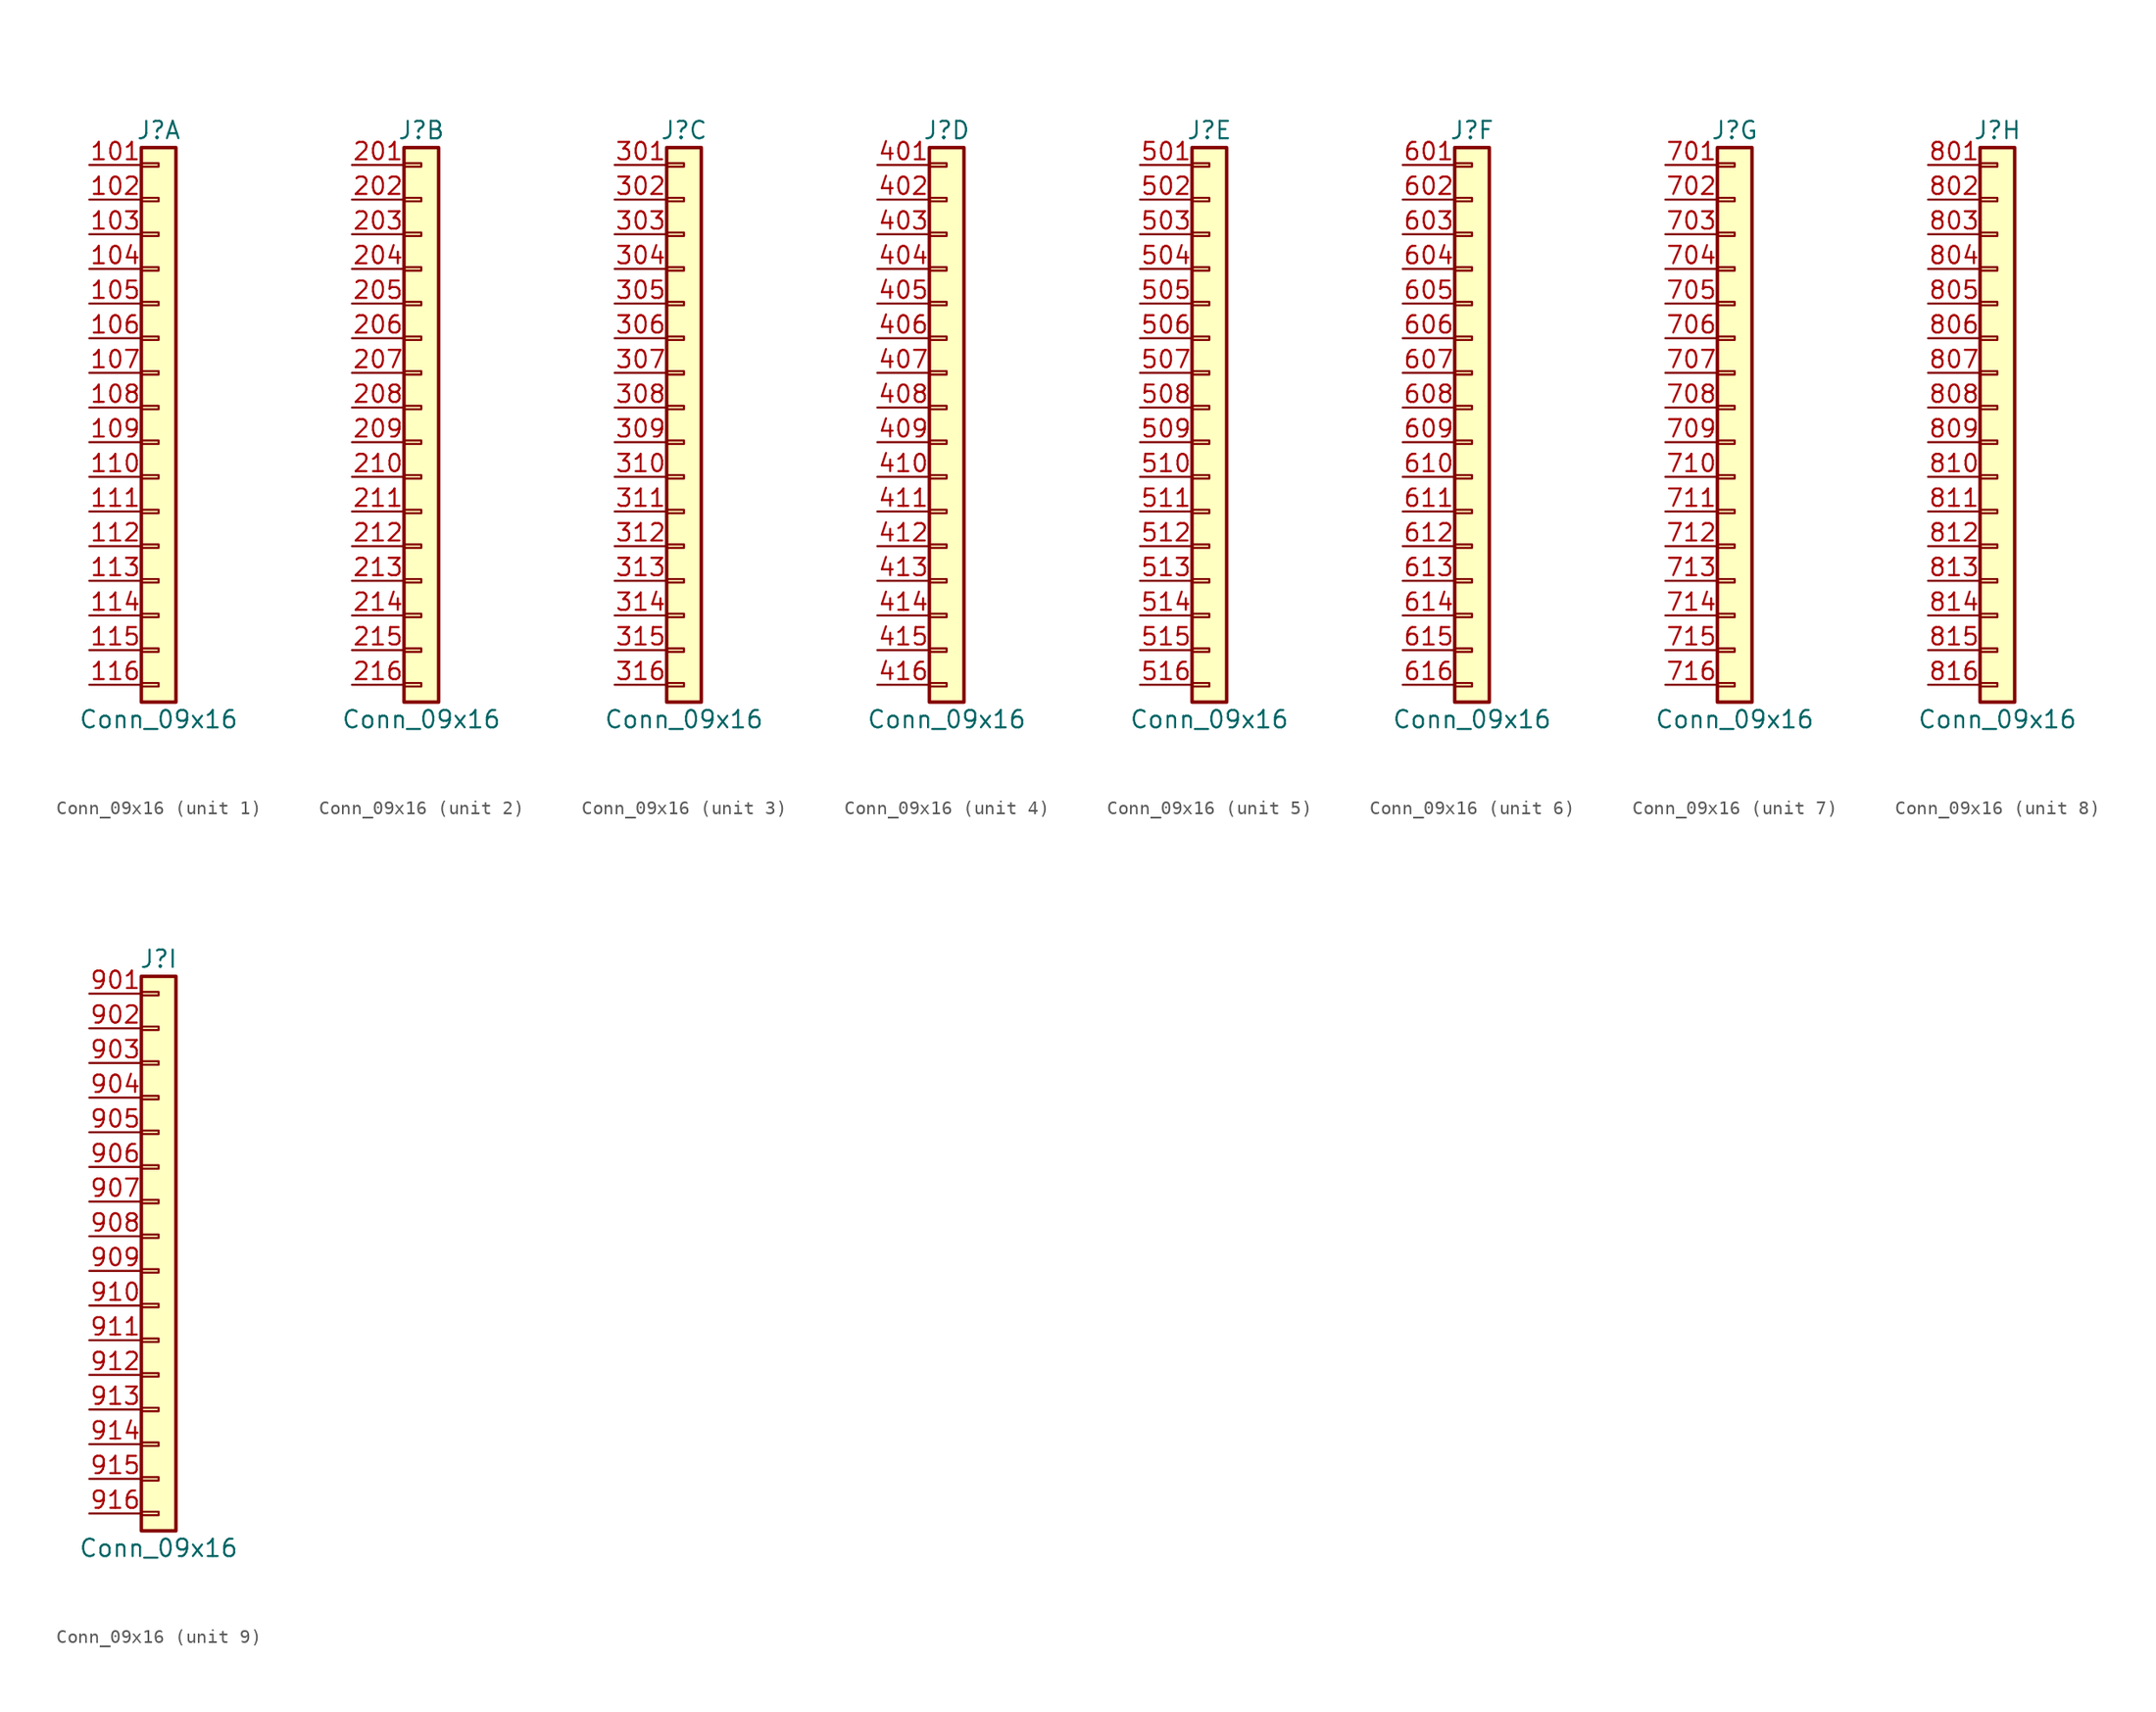
<source format=kicad_sym>
(kicad_symbol_lib
  (version 20211014)
  (generator kicad_symbol_editor)
  (symbol "Conn_09x16"
    (pin_names
      (offset 1.016) hide)
    (property "Reference" "J"
      (at 0 20.32 0)
      (effects (font (size 1.27 1.27))))
    (property "Value" "Conn_09x16"
      (at 0 -22.86 0)
      (effects (font (size 1.27 1.27))))
    (symbol "Conn_09x16_1_1"
      (rectangle (start -1.27 -20.193) (end 0 -20.447) (stroke (width 0.152) (type default) (color 0 0 0 0)) (fill (type none)))
      (rectangle (start -1.27 -17.653) (end 0 -17.907) (stroke (width 0.152) (type default) (color 0 0 0 0)) (fill (type none)))
      (rectangle (start -1.27 -15.113) (end 0 -15.367) (stroke (width 0.152) (type default) (color 0 0 0 0)) (fill (type none)))
      (rectangle (start -1.27 -12.573) (end 0 -12.827) (stroke (width 0.152) (type default) (color 0 0 0 0)) (fill (type none)))
      (rectangle (start -1.27 -10.033) (end 0 -10.287) (stroke (width 0.152) (type default) (color 0 0 0 0)) (fill (type none)))
      (rectangle (start -1.27 -7.493) (end 0 -7.747) (stroke (width 0.152) (type default) (color 0 0 0 0)) (fill (type none)))
      (rectangle (start -1.27 -4.953) (end 0 -5.207) (stroke (width 0.152) (type default) (color 0 0 0 0)) (fill (type none)))
      (rectangle (start -1.27 -2.413) (end 0 -2.667) (stroke (width 0.152) (type default) (color 0 0 0 0)) (fill (type none)))
      (rectangle (start -1.27 0.127) (end 0 -0.127) (stroke (width 0.152) (type default) (color 0 0 0 0)) (fill (type none)))
      (rectangle (start -1.27 2.667) (end 0 2.413) (stroke (width 0.152) (type default) (color 0 0 0 0)) (fill (type none)))
      (rectangle (start -1.27 5.207) (end 0 4.953) (stroke (width 0.152) (type default) (color 0 0 0 0)) (fill (type none)))
      (rectangle (start -1.27 7.747) (end 0 7.493) (stroke (width 0.152) (type default) (color 0 0 0 0)) (fill (type none)))
      (rectangle (start -1.27 10.287) (end 0 10.033) (stroke (width 0.152) (type default) (color 0 0 0 0)) (fill (type none)))
      (rectangle (start -1.27 12.827) (end 0 12.573) (stroke (width 0.152) (type default) (color 0 0 0 0)) (fill (type none)))
      (rectangle (start -1.27 15.367) (end 0 15.113) (stroke (width 0.152) (type default) (color 0 0 0 0)) (fill (type none)))
      (rectangle (start -1.27 17.907) (end 0 17.653) (stroke (width 0.152) (type default) (color 0 0 0 0)) (fill (type none)))
      (rectangle (start -1.27 19.05) (end 1.27 -21.59) (stroke (width 0.254) (type default) (color 0 0 0 0)) (fill (type background)))
      (pin passive line (at -5.08 17.78 0) (length 3.81) (name "Pin_101" (effects (font (size 1.27 1.27)))) (number "101" (effects (font (size 1.27 1.27)))))
      (pin passive line (at -5.08 15.24 0) (length 3.81) (name "Pin_102" (effects (font (size 1.27 1.27)))) (number "102" (effects (font (size 1.27 1.27)))))
      (pin passive line (at -5.08 12.7 0) (length 3.81) (name "Pin_103" (effects (font (size 1.27 1.27)))) (number "103" (effects (font (size 1.27 1.27)))))
      (pin passive line (at -5.08 10.16 0) (length 3.81) (name "Pin_104" (effects (font (size 1.27 1.27)))) (number "104" (effects (font (size 1.27 1.27)))))
      (pin passive line (at -5.08 7.62 0) (length 3.81) (name "Pin_105" (effects (font (size 1.27 1.27)))) (number "105" (effects (font (size 1.27 1.27)))))
      (pin passive line (at -5.08 5.08 0) (length 3.81) (name "Pin_106" (effects (font (size 1.27 1.27)))) (number "106" (effects (font (size 1.27 1.27)))))
      (pin passive line (at -5.08 2.54 0) (length 3.81) (name "Pin_107" (effects (font (size 1.27 1.27)))) (number "107" (effects (font (size 1.27 1.27)))))
      (pin passive line (at -5.08 0 0) (length 3.81) (name "Pin_108" (effects (font (size 1.27 1.27)))) (number "108" (effects (font (size 1.27 1.27)))))
      (pin passive line (at -5.08 -2.54 0) (length 3.81) (name "Pin_109" (effects (font (size 1.27 1.27)))) (number "109" (effects (font (size 1.27 1.27)))))
      (pin passive line (at -5.08 -5.08 0) (length 3.81) (name "Pin_110" (effects (font (size 1.27 1.27)))) (number "110" (effects (font (size 1.27 1.27)))))
      (pin passive line (at -5.08 -7.62 0) (length 3.81) (name "Pin_111" (effects (font (size 1.27 1.27)))) (number "111" (effects (font (size 1.27 1.27)))))
      (pin passive line (at -5.08 -10.16 0) (length 3.81) (name "Pin_112" (effects (font (size 1.27 1.27)))) (number "112" (effects (font (size 1.27 1.27)))))
      (pin passive line (at -5.08 -12.7 0) (length 3.81) (name "Pin_113" (effects (font (size 1.27 1.27)))) (number "113" (effects (font (size 1.27 1.27)))))
      (pin passive line (at -5.08 -15.24 0) (length 3.81) (name "Pin_114" (effects (font (size 1.27 1.27)))) (number "114" (effects (font (size 1.27 1.27)))))
      (pin passive line (at -5.08 -17.78 0) (length 3.81) (name "Pin_115" (effects (font (size 1.27 1.27)))) (number "115" (effects (font (size 1.27 1.27)))))
      (pin passive line (at -5.08 -20.32 0) (length 3.81) (name "Pin_116" (effects (font (size 1.27 1.27)))) (number "116" (effects (font (size 1.27 1.27))))))
    (symbol "Conn_09x16_2_1"
      (rectangle (start -1.27 -20.193) (end 0 -20.447) (stroke (width 0.152) (type default) (color 0 0 0 0)) (fill (type none)))
      (rectangle (start -1.27 -17.653) (end 0 -17.907) (stroke (width 0.152) (type default) (color 0 0 0 0)) (fill (type none)))
      (rectangle (start -1.27 -15.113) (end 0 -15.367) (stroke (width 0.152) (type default) (color 0 0 0 0)) (fill (type none)))
      (rectangle (start -1.27 -12.573) (end 0 -12.827) (stroke (width 0.152) (type default) (color 0 0 0 0)) (fill (type none)))
      (rectangle (start -1.27 -10.033) (end 0 -10.287) (stroke (width 0.152) (type default) (color 0 0 0 0)) (fill (type none)))
      (rectangle (start -1.27 -7.493) (end 0 -7.747) (stroke (width 0.152) (type default) (color 0 0 0 0)) (fill (type none)))
      (rectangle (start -1.27 -4.953) (end 0 -5.207) (stroke (width 0.152) (type default) (color 0 0 0 0)) (fill (type none)))
      (rectangle (start -1.27 -2.413) (end 0 -2.667) (stroke (width 0.152) (type default) (color 0 0 0 0)) (fill (type none)))
      (rectangle (start -1.27 0.127) (end 0 -0.127) (stroke (width 0.152) (type default) (color 0 0 0 0)) (fill (type none)))
      (rectangle (start -1.27 2.667) (end 0 2.413) (stroke (width 0.152) (type default) (color 0 0 0 0)) (fill (type none)))
      (rectangle (start -1.27 5.207) (end 0 4.953) (stroke (width 0.152) (type default) (color 0 0 0 0)) (fill (type none)))
      (rectangle (start -1.27 7.747) (end 0 7.493) (stroke (width 0.152) (type default) (color 0 0 0 0)) (fill (type none)))
      (rectangle (start -1.27 10.287) (end 0 10.033) (stroke (width 0.152) (type default) (color 0 0 0 0)) (fill (type none)))
      (rectangle (start -1.27 12.827) (end 0 12.573) (stroke (width 0.152) (type default) (color 0 0 0 0)) (fill (type none)))
      (rectangle (start -1.27 15.367) (end 0 15.113) (stroke (width 0.152) (type default) (color 0 0 0 0)) (fill (type none)))
      (rectangle (start -1.27 17.907) (end 0 17.653) (stroke (width 0.152) (type default) (color 0 0 0 0)) (fill (type none)))
      (rectangle (start -1.27 19.05) (end 1.27 -21.59) (stroke (width 0.254) (type default) (color 0 0 0 0)) (fill (type background)))
      (pin passive line (at -5.08 17.78 0) (length 3.81) (name "Pin_201" (effects (font (size 1.27 1.27)))) (number "201" (effects (font (size 1.27 1.27)))))
      (pin passive line (at -5.08 15.24 0) (length 3.81) (name "Pin_202" (effects (font (size 1.27 1.27)))) (number "202" (effects (font (size 1.27 1.27)))))
      (pin passive line (at -5.08 12.7 0) (length 3.81) (name "Pin_203" (effects (font (size 1.27 1.27)))) (number "203" (effects (font (size 1.27 1.27)))))
      (pin passive line (at -5.08 10.16 0) (length 3.81) (name "Pin_204" (effects (font (size 1.27 1.27)))) (number "204" (effects (font (size 1.27 1.27)))))
      (pin passive line (at -5.08 7.62 0) (length 3.81) (name "Pin_205" (effects (font (size 1.27 1.27)))) (number "205" (effects (font (size 1.27 1.27)))))
      (pin passive line (at -5.08 5.08 0) (length 3.81) (name "Pin_206" (effects (font (size 1.27 1.27)))) (number "206" (effects (font (size 1.27 1.27)))))
      (pin passive line (at -5.08 2.54 0) (length 3.81) (name "Pin_207" (effects (font (size 1.27 1.27)))) (number "207" (effects (font (size 1.27 1.27)))))
      (pin passive line (at -5.08 0 0) (length 3.81) (name "Pin_208" (effects (font (size 1.27 1.27)))) (number "208" (effects (font (size 1.27 1.27)))))
      (pin passive line (at -5.08 -2.54 0) (length 3.81) (name "Pin_209" (effects (font (size 1.27 1.27)))) (number "209" (effects (font (size 1.27 1.27)))))
      (pin passive line (at -5.08 -5.08 0) (length 3.81) (name "Pin_210" (effects (font (size 1.27 1.27)))) (number "210" (effects (font (size 1.27 1.27)))))
      (pin passive line (at -5.08 -7.62 0) (length 3.81) (name "Pin_211" (effects (font (size 1.27 1.27)))) (number "211" (effects (font (size 1.27 1.27)))))
      (pin passive line (at -5.08 -10.16 0) (length 3.81) (name "Pin_212" (effects (font (size 1.27 1.27)))) (number "212" (effects (font (size 1.27 1.27)))))
      (pin passive line (at -5.08 -12.7 0) (length 3.81) (name "Pin_213" (effects (font (size 1.27 1.27)))) (number "213" (effects (font (size 1.27 1.27)))))
      (pin passive line (at -5.08 -15.24 0) (length 3.81) (name "Pin_214" (effects (font (size 1.27 1.27)))) (number "214" (effects (font (size 1.27 1.27)))))
      (pin passive line (at -5.08 -17.78 0) (length 3.81) (name "Pin_215" (effects (font (size 1.27 1.27)))) (number "215" (effects (font (size 1.27 1.27)))))
      (pin passive line (at -5.08 -20.32 0) (length 3.81) (name "Pin_216" (effects (font (size 1.27 1.27)))) (number "216" (effects (font (size 1.27 1.27))))))
    (symbol "Conn_09x16_3_1"
      (rectangle (start -1.27 -20.193) (end 0 -20.447) (stroke (width 0.152) (type default) (color 0 0 0 0)) (fill (type none)))
      (rectangle (start -1.27 -17.653) (end 0 -17.907) (stroke (width 0.152) (type default) (color 0 0 0 0)) (fill (type none)))
      (rectangle (start -1.27 -15.113) (end 0 -15.367) (stroke (width 0.152) (type default) (color 0 0 0 0)) (fill (type none)))
      (rectangle (start -1.27 -12.573) (end 0 -12.827) (stroke (width 0.152) (type default) (color 0 0 0 0)) (fill (type none)))
      (rectangle (start -1.27 -10.033) (end 0 -10.287) (stroke (width 0.152) (type default) (color 0 0 0 0)) (fill (type none)))
      (rectangle (start -1.27 -7.493) (end 0 -7.747) (stroke (width 0.152) (type default) (color 0 0 0 0)) (fill (type none)))
      (rectangle (start -1.27 -4.953) (end 0 -5.207) (stroke (width 0.152) (type default) (color 0 0 0 0)) (fill (type none)))
      (rectangle (start -1.27 -2.413) (end 0 -2.667) (stroke (width 0.152) (type default) (color 0 0 0 0)) (fill (type none)))
      (rectangle (start -1.27 0.127) (end 0 -0.127) (stroke (width 0.152) (type default) (color 0 0 0 0)) (fill (type none)))
      (rectangle (start -1.27 2.667) (end 0 2.413) (stroke (width 0.152) (type default) (color 0 0 0 0)) (fill (type none)))
      (rectangle (start -1.27 5.207) (end 0 4.953) (stroke (width 0.152) (type default) (color 0 0 0 0)) (fill (type none)))
      (rectangle (start -1.27 7.747) (end 0 7.493) (stroke (width 0.152) (type default) (color 0 0 0 0)) (fill (type none)))
      (rectangle (start -1.27 10.287) (end 0 10.033) (stroke (width 0.152) (type default) (color 0 0 0 0)) (fill (type none)))
      (rectangle (start -1.27 12.827) (end 0 12.573) (stroke (width 0.152) (type default) (color 0 0 0 0)) (fill (type none)))
      (rectangle (start -1.27 15.367) (end 0 15.113) (stroke (width 0.152) (type default) (color 0 0 0 0)) (fill (type none)))
      (rectangle (start -1.27 17.907) (end 0 17.653) (stroke (width 0.152) (type default) (color 0 0 0 0)) (fill (type none)))
      (rectangle (start -1.27 19.05) (end 1.27 -21.59) (stroke (width 0.254) (type default) (color 0 0 0 0)) (fill (type background)))
      (pin passive line (at -5.08 17.78 0) (length 3.81) (name "Pin_301" (effects (font (size 1.27 1.27)))) (number "301" (effects (font (size 1.27 1.27)))))
      (pin passive line (at -5.08 15.24 0) (length 3.81) (name "Pin_302" (effects (font (size 1.27 1.27)))) (number "302" (effects (font (size 1.27 1.27)))))
      (pin passive line (at -5.08 12.7 0) (length 3.81) (name "Pin_303" (effects (font (size 1.27 1.27)))) (number "303" (effects (font (size 1.27 1.27)))))
      (pin passive line (at -5.08 10.16 0) (length 3.81) (name "Pin_304" (effects (font (size 1.27 1.27)))) (number "304" (effects (font (size 1.27 1.27)))))
      (pin passive line (at -5.08 7.62 0) (length 3.81) (name "Pin_305" (effects (font (size 1.27 1.27)))) (number "305" (effects (font (size 1.27 1.27)))))
      (pin passive line (at -5.08 5.08 0) (length 3.81) (name "Pin_306" (effects (font (size 1.27 1.27)))) (number "306" (effects (font (size 1.27 1.27)))))
      (pin passive line (at -5.08 2.54 0) (length 3.81) (name "Pin_307" (effects (font (size 1.27 1.27)))) (number "307" (effects (font (size 1.27 1.27)))))
      (pin passive line (at -5.08 0 0) (length 3.81) (name "Pin_308" (effects (font (size 1.27 1.27)))) (number "308" (effects (font (size 1.27 1.27)))))
      (pin passive line (at -5.08 -2.54 0) (length 3.81) (name "Pin_309" (effects (font (size 1.27 1.27)))) (number "309" (effects (font (size 1.27 1.27)))))
      (pin passive line (at -5.08 -5.08 0) (length 3.81) (name "Pin_310" (effects (font (size 1.27 1.27)))) (number "310" (effects (font (size 1.27 1.27)))))
      (pin passive line (at -5.08 -7.62 0) (length 3.81) (name "Pin_311" (effects (font (size 1.27 1.27)))) (number "311" (effects (font (size 1.27 1.27)))))
      (pin passive line (at -5.08 -10.16 0) (length 3.81) (name "Pin_312" (effects (font (size 1.27 1.27)))) (number "312" (effects (font (size 1.27 1.27)))))
      (pin passive line (at -5.08 -12.7 0) (length 3.81) (name "Pin_313" (effects (font (size 1.27 1.27)))) (number "313" (effects (font (size 1.27 1.27)))))
      (pin passive line (at -5.08 -15.24 0) (length 3.81) (name "Pin_314" (effects (font (size 1.27 1.27)))) (number "314" (effects (font (size 1.27 1.27)))))
      (pin passive line (at -5.08 -17.78 0) (length 3.81) (name "Pin_315" (effects (font (size 1.27 1.27)))) (number "315" (effects (font (size 1.27 1.27)))))
      (pin passive line (at -5.08 -20.32 0) (length 3.81) (name "Pin_316" (effects (font (size 1.27 1.27)))) (number "316" (effects (font (size 1.27 1.27))))))
    (symbol "Conn_09x16_4_1"
      (rectangle (start -1.27 -20.193) (end 0 -20.447) (stroke (width 0.152) (type default) (color 0 0 0 0)) (fill (type none)))
      (rectangle (start -1.27 -17.653) (end 0 -17.907) (stroke (width 0.152) (type default) (color 0 0 0 0)) (fill (type none)))
      (rectangle (start -1.27 -15.113) (end 0 -15.367) (stroke (width 0.152) (type default) (color 0 0 0 0)) (fill (type none)))
      (rectangle (start -1.27 -12.573) (end 0 -12.827) (stroke (width 0.152) (type default) (color 0 0 0 0)) (fill (type none)))
      (rectangle (start -1.27 -10.033) (end 0 -10.287) (stroke (width 0.152) (type default) (color 0 0 0 0)) (fill (type none)))
      (rectangle (start -1.27 -7.493) (end 0 -7.747) (stroke (width 0.152) (type default) (color 0 0 0 0)) (fill (type none)))
      (rectangle (start -1.27 -4.953) (end 0 -5.207) (stroke (width 0.152) (type default) (color 0 0 0 0)) (fill (type none)))
      (rectangle (start -1.27 -2.413) (end 0 -2.667) (stroke (width 0.152) (type default) (color 0 0 0 0)) (fill (type none)))
      (rectangle (start -1.27 0.127) (end 0 -0.127) (stroke (width 0.152) (type default) (color 0 0 0 0)) (fill (type none)))
      (rectangle (start -1.27 2.667) (end 0 2.413) (stroke (width 0.152) (type default) (color 0 0 0 0)) (fill (type none)))
      (rectangle (start -1.27 5.207) (end 0 4.953) (stroke (width 0.152) (type default) (color 0 0 0 0)) (fill (type none)))
      (rectangle (start -1.27 7.747) (end 0 7.493) (stroke (width 0.152) (type default) (color 0 0 0 0)) (fill (type none)))
      (rectangle (start -1.27 10.287) (end 0 10.033) (stroke (width 0.152) (type default) (color 0 0 0 0)) (fill (type none)))
      (rectangle (start -1.27 12.827) (end 0 12.573) (stroke (width 0.152) (type default) (color 0 0 0 0)) (fill (type none)))
      (rectangle (start -1.27 15.367) (end 0 15.113) (stroke (width 0.152) (type default) (color 0 0 0 0)) (fill (type none)))
      (rectangle (start -1.27 17.907) (end 0 17.653) (stroke (width 0.152) (type default) (color 0 0 0 0)) (fill (type none)))
      (rectangle (start -1.27 19.05) (end 1.27 -21.59) (stroke (width 0.254) (type default) (color 0 0 0 0)) (fill (type background)))
      (pin passive line (at -5.08 17.78 0) (length 3.81) (name "Pin_401" (effects (font (size 1.27 1.27)))) (number "401" (effects (font (size 1.27 1.27)))))
      (pin passive line (at -5.08 15.24 0) (length 3.81) (name "Pin_402" (effects (font (size 1.27 1.27)))) (number "402" (effects (font (size 1.27 1.27)))))
      (pin passive line (at -5.08 12.7 0) (length 3.81) (name "Pin_403" (effects (font (size 1.27 1.27)))) (number "403" (effects (font (size 1.27 1.27)))))
      (pin passive line (at -5.08 10.16 0) (length 3.81) (name "Pin_404" (effects (font (size 1.27 1.27)))) (number "404" (effects (font (size 1.27 1.27)))))
      (pin passive line (at -5.08 7.62 0) (length 3.81) (name "Pin_405" (effects (font (size 1.27 1.27)))) (number "405" (effects (font (size 1.27 1.27)))))
      (pin passive line (at -5.08 5.08 0) (length 3.81) (name "Pin_406" (effects (font (size 1.27 1.27)))) (number "406" (effects (font (size 1.27 1.27)))))
      (pin passive line (at -5.08 2.54 0) (length 3.81) (name "Pin_407" (effects (font (size 1.27 1.27)))) (number "407" (effects (font (size 1.27 1.27)))))
      (pin passive line (at -5.08 0 0) (length 3.81) (name "Pin_408" (effects (font (size 1.27 1.27)))) (number "408" (effects (font (size 1.27 1.27)))))
      (pin passive line (at -5.08 -2.54 0) (length 3.81) (name "Pin_409" (effects (font (size 1.27 1.27)))) (number "409" (effects (font (size 1.27 1.27)))))
      (pin passive line (at -5.08 -5.08 0) (length 3.81) (name "Pin_410" (effects (font (size 1.27 1.27)))) (number "410" (effects (font (size 1.27 1.27)))))
      (pin passive line (at -5.08 -7.62 0) (length 3.81) (name "Pin_411" (effects (font (size 1.27 1.27)))) (number "411" (effects (font (size 1.27 1.27)))))
      (pin passive line (at -5.08 -10.16 0) (length 3.81) (name "Pin_412" (effects (font (size 1.27 1.27)))) (number "412" (effects (font (size 1.27 1.27)))))
      (pin passive line (at -5.08 -12.7 0) (length 3.81) (name "Pin_413" (effects (font (size 1.27 1.27)))) (number "413" (effects (font (size 1.27 1.27)))))
      (pin passive line (at -5.08 -15.24 0) (length 3.81) (name "Pin_414" (effects (font (size 1.27 1.27)))) (number "414" (effects (font (size 1.27 1.27)))))
      (pin passive line (at -5.08 -17.78 0) (length 3.81) (name "Pin_415" (effects (font (size 1.27 1.27)))) (number "415" (effects (font (size 1.27 1.27)))))
      (pin passive line (at -5.08 -20.32 0) (length 3.81) (name "Pin_416" (effects (font (size 1.27 1.27)))) (number "416" (effects (font (size 1.27 1.27))))))
    (symbol "Conn_09x16_5_1"
      (rectangle (start -1.27 -20.193) (end 0 -20.447) (stroke (width 0.152) (type default) (color 0 0 0 0)) (fill (type none)))
      (rectangle (start -1.27 -17.653) (end 0 -17.907) (stroke (width 0.152) (type default) (color 0 0 0 0)) (fill (type none)))
      (rectangle (start -1.27 -15.113) (end 0 -15.367) (stroke (width 0.152) (type default) (color 0 0 0 0)) (fill (type none)))
      (rectangle (start -1.27 -12.573) (end 0 -12.827) (stroke (width 0.152) (type default) (color 0 0 0 0)) (fill (type none)))
      (rectangle (start -1.27 -10.033) (end 0 -10.287) (stroke (width 0.152) (type default) (color 0 0 0 0)) (fill (type none)))
      (rectangle (start -1.27 -7.493) (end 0 -7.747) (stroke (width 0.152) (type default) (color 0 0 0 0)) (fill (type none)))
      (rectangle (start -1.27 -4.953) (end 0 -5.207) (stroke (width 0.152) (type default) (color 0 0 0 0)) (fill (type none)))
      (rectangle (start -1.27 -2.413) (end 0 -2.667) (stroke (width 0.152) (type default) (color 0 0 0 0)) (fill (type none)))
      (rectangle (start -1.27 0.127) (end 0 -0.127) (stroke (width 0.152) (type default) (color 0 0 0 0)) (fill (type none)))
      (rectangle (start -1.27 2.667) (end 0 2.413) (stroke (width 0.152) (type default) (color 0 0 0 0)) (fill (type none)))
      (rectangle (start -1.27 5.207) (end 0 4.953) (stroke (width 0.152) (type default) (color 0 0 0 0)) (fill (type none)))
      (rectangle (start -1.27 7.747) (end 0 7.493) (stroke (width 0.152) (type default) (color 0 0 0 0)) (fill (type none)))
      (rectangle (start -1.27 10.287) (end 0 10.033) (stroke (width 0.152) (type default) (color 0 0 0 0)) (fill (type none)))
      (rectangle (start -1.27 12.827) (end 0 12.573) (stroke (width 0.152) (type default) (color 0 0 0 0)) (fill (type none)))
      (rectangle (start -1.27 15.367) (end 0 15.113) (stroke (width 0.152) (type default) (color 0 0 0 0)) (fill (type none)))
      (rectangle (start -1.27 17.907) (end 0 17.653) (stroke (width 0.152) (type default) (color 0 0 0 0)) (fill (type none)))
      (rectangle (start -1.27 19.05) (end 1.27 -21.59) (stroke (width 0.254) (type default) (color 0 0 0 0)) (fill (type background)))
      (pin passive line (at -5.08 17.78 0) (length 3.81) (name "Pin_501" (effects (font (size 1.27 1.27)))) (number "501" (effects (font (size 1.27 1.27)))))
      (pin passive line (at -5.08 15.24 0) (length 3.81) (name "Pin_502" (effects (font (size 1.27 1.27)))) (number "502" (effects (font (size 1.27 1.27)))))
      (pin passive line (at -5.08 12.7 0) (length 3.81) (name "Pin_503" (effects (font (size 1.27 1.27)))) (number "503" (effects (font (size 1.27 1.27)))))
      (pin passive line (at -5.08 10.16 0) (length 3.81) (name "Pin_504" (effects (font (size 1.27 1.27)))) (number "504" (effects (font (size 1.27 1.27)))))
      (pin passive line (at -5.08 7.62 0) (length 3.81) (name "Pin_505" (effects (font (size 1.27 1.27)))) (number "505" (effects (font (size 1.27 1.27)))))
      (pin passive line (at -5.08 5.08 0) (length 3.81) (name "Pin_506" (effects (font (size 1.27 1.27)))) (number "506" (effects (font (size 1.27 1.27)))))
      (pin passive line (at -5.08 2.54 0) (length 3.81) (name "Pin_507" (effects (font (size 1.27 1.27)))) (number "507" (effects (font (size 1.27 1.27)))))
      (pin passive line (at -5.08 0 0) (length 3.81) (name "Pin_508" (effects (font (size 1.27 1.27)))) (number "508" (effects (font (size 1.27 1.27)))))
      (pin passive line (at -5.08 -2.54 0) (length 3.81) (name "Pin_509" (effects (font (size 1.27 1.27)))) (number "509" (effects (font (size 1.27 1.27)))))
      (pin passive line (at -5.08 -5.08 0) (length 3.81) (name "Pin_510" (effects (font (size 1.27 1.27)))) (number "510" (effects (font (size 1.27 1.27)))))
      (pin passive line (at -5.08 -7.62 0) (length 3.81) (name "Pin_511" (effects (font (size 1.27 1.27)))) (number "511" (effects (font (size 1.27 1.27)))))
      (pin passive line (at -5.08 -10.16 0) (length 3.81) (name "Pin_512" (effects (font (size 1.27 1.27)))) (number "512" (effects (font (size 1.27 1.27)))))
      (pin passive line (at -5.08 -12.7 0) (length 3.81) (name "Pin_513" (effects (font (size 1.27 1.27)))) (number "513" (effects (font (size 1.27 1.27)))))
      (pin passive line (at -5.08 -15.24 0) (length 3.81) (name "Pin_514" (effects (font (size 1.27 1.27)))) (number "514" (effects (font (size 1.27 1.27)))))
      (pin passive line (at -5.08 -17.78 0) (length 3.81) (name "Pin_515" (effects (font (size 1.27 1.27)))) (number "515" (effects (font (size 1.27 1.27)))))
      (pin passive line (at -5.08 -20.32 0) (length 3.81) (name "Pin_516" (effects (font (size 1.27 1.27)))) (number "516" (effects (font (size 1.27 1.27))))))
    (symbol "Conn_09x16_6_1"
      (rectangle (start -1.27 -20.193) (end 0 -20.447) (stroke (width 0.152) (type default) (color 0 0 0 0)) (fill (type none)))
      (rectangle (start -1.27 -17.653) (end 0 -17.907) (stroke (width 0.152) (type default) (color 0 0 0 0)) (fill (type none)))
      (rectangle (start -1.27 -15.113) (end 0 -15.367) (stroke (width 0.152) (type default) (color 0 0 0 0)) (fill (type none)))
      (rectangle (start -1.27 -12.573) (end 0 -12.827) (stroke (width 0.152) (type default) (color 0 0 0 0)) (fill (type none)))
      (rectangle (start -1.27 -10.033) (end 0 -10.287) (stroke (width 0.152) (type default) (color 0 0 0 0)) (fill (type none)))
      (rectangle (start -1.27 -7.493) (end 0 -7.747) (stroke (width 0.152) (type default) (color 0 0 0 0)) (fill (type none)))
      (rectangle (start -1.27 -4.953) (end 0 -5.207) (stroke (width 0.152) (type default) (color 0 0 0 0)) (fill (type none)))
      (rectangle (start -1.27 -2.413) (end 0 -2.667) (stroke (width 0.152) (type default) (color 0 0 0 0)) (fill (type none)))
      (rectangle (start -1.27 0.127) (end 0 -0.127) (stroke (width 0.152) (type default) (color 0 0 0 0)) (fill (type none)))
      (rectangle (start -1.27 2.667) (end 0 2.413) (stroke (width 0.152) (type default) (color 0 0 0 0)) (fill (type none)))
      (rectangle (start -1.27 5.207) (end 0 4.953) (stroke (width 0.152) (type default) (color 0 0 0 0)) (fill (type none)))
      (rectangle (start -1.27 7.747) (end 0 7.493) (stroke (width 0.152) (type default) (color 0 0 0 0)) (fill (type none)))
      (rectangle (start -1.27 10.287) (end 0 10.033) (stroke (width 0.152) (type default) (color 0 0 0 0)) (fill (type none)))
      (rectangle (start -1.27 12.827) (end 0 12.573) (stroke (width 0.152) (type default) (color 0 0 0 0)) (fill (type none)))
      (rectangle (start -1.27 15.367) (end 0 15.113) (stroke (width 0.152) (type default) (color 0 0 0 0)) (fill (type none)))
      (rectangle (start -1.27 17.907) (end 0 17.653) (stroke (width 0.152) (type default) (color 0 0 0 0)) (fill (type none)))
      (rectangle (start -1.27 19.05) (end 1.27 -21.59) (stroke (width 0.254) (type default) (color 0 0 0 0)) (fill (type background)))
      (pin passive line (at -5.08 17.78 0) (length 3.81) (name "Pin_601" (effects (font (size 1.27 1.27)))) (number "601" (effects (font (size 1.27 1.27)))))
      (pin passive line (at -5.08 15.24 0) (length 3.81) (name "Pin_602" (effects (font (size 1.27 1.27)))) (number "602" (effects (font (size 1.27 1.27)))))
      (pin passive line (at -5.08 12.7 0) (length 3.81) (name "Pin_603" (effects (font (size 1.27 1.27)))) (number "603" (effects (font (size 1.27 1.27)))))
      (pin passive line (at -5.08 10.16 0) (length 3.81) (name "Pin_604" (effects (font (size 1.27 1.27)))) (number "604" (effects (font (size 1.27 1.27)))))
      (pin passive line (at -5.08 7.62 0) (length 3.81) (name "Pin_605" (effects (font (size 1.27 1.27)))) (number "605" (effects (font (size 1.27 1.27)))))
      (pin passive line (at -5.08 5.08 0) (length 3.81) (name "Pin_606" (effects (font (size 1.27 1.27)))) (number "606" (effects (font (size 1.27 1.27)))))
      (pin passive line (at -5.08 2.54 0) (length 3.81) (name "Pin_607" (effects (font (size 1.27 1.27)))) (number "607" (effects (font (size 1.27 1.27)))))
      (pin passive line (at -5.08 0 0) (length 3.81) (name "Pin_608" (effects (font (size 1.27 1.27)))) (number "608" (effects (font (size 1.27 1.27)))))
      (pin passive line (at -5.08 -2.54 0) (length 3.81) (name "Pin_609" (effects (font (size 1.27 1.27)))) (number "609" (effects (font (size 1.27 1.27)))))
      (pin passive line (at -5.08 -5.08 0) (length 3.81) (name "Pin_610" (effects (font (size 1.27 1.27)))) (number "610" (effects (font (size 1.27 1.27)))))
      (pin passive line (at -5.08 -7.62 0) (length 3.81) (name "Pin_611" (effects (font (size 1.27 1.27)))) (number "611" (effects (font (size 1.27 1.27)))))
      (pin passive line (at -5.08 -10.16 0) (length 3.81) (name "Pin_612" (effects (font (size 1.27 1.27)))) (number "612" (effects (font (size 1.27 1.27)))))
      (pin passive line (at -5.08 -12.7 0) (length 3.81) (name "Pin_613" (effects (font (size 1.27 1.27)))) (number "613" (effects (font (size 1.27 1.27)))))
      (pin passive line (at -5.08 -15.24 0) (length 3.81) (name "Pin_614" (effects (font (size 1.27 1.27)))) (number "614" (effects (font (size 1.27 1.27)))))
      (pin passive line (at -5.08 -17.78 0) (length 3.81) (name "Pin_615" (effects (font (size 1.27 1.27)))) (number "615" (effects (font (size 1.27 1.27)))))
      (pin passive line (at -5.08 -20.32 0) (length 3.81) (name "Pin_616" (effects (font (size 1.27 1.27)))) (number "616" (effects (font (size 1.27 1.27))))))
    (symbol "Conn_09x16_7_1"
      (rectangle (start -1.27 -20.193) (end 0 -20.447) (stroke (width 0.152) (type default) (color 0 0 0 0)) (fill (type none)))
      (rectangle (start -1.27 -17.653) (end 0 -17.907) (stroke (width 0.152) (type default) (color 0 0 0 0)) (fill (type none)))
      (rectangle (start -1.27 -15.113) (end 0 -15.367) (stroke (width 0.152) (type default) (color 0 0 0 0)) (fill (type none)))
      (rectangle (start -1.27 -12.573) (end 0 -12.827) (stroke (width 0.152) (type default) (color 0 0 0 0)) (fill (type none)))
      (rectangle (start -1.27 -10.033) (end 0 -10.287) (stroke (width 0.152) (type default) (color 0 0 0 0)) (fill (type none)))
      (rectangle (start -1.27 -7.493) (end 0 -7.747) (stroke (width 0.152) (type default) (color 0 0 0 0)) (fill (type none)))
      (rectangle (start -1.27 -4.953) (end 0 -5.207) (stroke (width 0.152) (type default) (color 0 0 0 0)) (fill (type none)))
      (rectangle (start -1.27 -2.413) (end 0 -2.667) (stroke (width 0.152) (type default) (color 0 0 0 0)) (fill (type none)))
      (rectangle (start -1.27 0.127) (end 0 -0.127) (stroke (width 0.152) (type default) (color 0 0 0 0)) (fill (type none)))
      (rectangle (start -1.27 2.667) (end 0 2.413) (stroke (width 0.152) (type default) (color 0 0 0 0)) (fill (type none)))
      (rectangle (start -1.27 5.207) (end 0 4.953) (stroke (width 0.152) (type default) (color 0 0 0 0)) (fill (type none)))
      (rectangle (start -1.27 7.747) (end 0 7.493) (stroke (width 0.152) (type default) (color 0 0 0 0)) (fill (type none)))
      (rectangle (start -1.27 10.287) (end 0 10.033) (stroke (width 0.152) (type default) (color 0 0 0 0)) (fill (type none)))
      (rectangle (start -1.27 12.827) (end 0 12.573) (stroke (width 0.152) (type default) (color 0 0 0 0)) (fill (type none)))
      (rectangle (start -1.27 15.367) (end 0 15.113) (stroke (width 0.152) (type default) (color 0 0 0 0)) (fill (type none)))
      (rectangle (start -1.27 17.907) (end 0 17.653) (stroke (width 0.152) (type default) (color 0 0 0 0)) (fill (type none)))
      (rectangle (start -1.27 19.05) (end 1.27 -21.59) (stroke (width 0.254) (type default) (color 0 0 0 0)) (fill (type background)))
      (pin passive line (at -5.08 17.78 0) (length 3.81) (name "Pin_701" (effects (font (size 1.27 1.27)))) (number "701" (effects (font (size 1.27 1.27)))))
      (pin passive line (at -5.08 15.24 0) (length 3.81) (name "Pin_702" (effects (font (size 1.27 1.27)))) (number "702" (effects (font (size 1.27 1.27)))))
      (pin passive line (at -5.08 12.7 0) (length 3.81) (name "Pin_703" (effects (font (size 1.27 1.27)))) (number "703" (effects (font (size 1.27 1.27)))))
      (pin passive line (at -5.08 10.16 0) (length 3.81) (name "Pin_704" (effects (font (size 1.27 1.27)))) (number "704" (effects (font (size 1.27 1.27)))))
      (pin passive line (at -5.08 7.62 0) (length 3.81) (name "Pin_705" (effects (font (size 1.27 1.27)))) (number "705" (effects (font (size 1.27 1.27)))))
      (pin passive line (at -5.08 5.08 0) (length 3.81) (name "Pin_706" (effects (font (size 1.27 1.27)))) (number "706" (effects (font (size 1.27 1.27)))))
      (pin passive line (at -5.08 2.54 0) (length 3.81) (name "Pin_707" (effects (font (size 1.27 1.27)))) (number "707" (effects (font (size 1.27 1.27)))))
      (pin passive line (at -5.08 0 0) (length 3.81) (name "Pin_708" (effects (font (size 1.27 1.27)))) (number "708" (effects (font (size 1.27 1.27)))))
      (pin passive line (at -5.08 -2.54 0) (length 3.81) (name "Pin_709" (effects (font (size 1.27 1.27)))) (number "709" (effects (font (size 1.27 1.27)))))
      (pin passive line (at -5.08 -5.08 0) (length 3.81) (name "Pin_710" (effects (font (size 1.27 1.27)))) (number "710" (effects (font (size 1.27 1.27)))))
      (pin passive line (at -5.08 -7.62 0) (length 3.81) (name "Pin_711" (effects (font (size 1.27 1.27)))) (number "711" (effects (font (size 1.27 1.27)))))
      (pin passive line (at -5.08 -10.16 0) (length 3.81) (name "Pin_712" (effects (font (size 1.27 1.27)))) (number "712" (effects (font (size 1.27 1.27)))))
      (pin passive line (at -5.08 -12.7 0) (length 3.81) (name "Pin_713" (effects (font (size 1.27 1.27)))) (number "713" (effects (font (size 1.27 1.27)))))
      (pin passive line (at -5.08 -15.24 0) (length 3.81) (name "Pin_714" (effects (font (size 1.27 1.27)))) (number "714" (effects (font (size 1.27 1.27)))))
      (pin passive line (at -5.08 -17.78 0) (length 3.81) (name "Pin_715" (effects (font (size 1.27 1.27)))) (number "715" (effects (font (size 1.27 1.27)))))
      (pin passive line (at -5.08 -20.32 0) (length 3.81) (name "Pin_716" (effects (font (size 1.27 1.27)))) (number "716" (effects (font (size 1.27 1.27))))))
    (symbol "Conn_09x16_8_1"
      (rectangle (start -1.27 -20.193) (end 0 -20.447) (stroke (width 0.152) (type default) (color 0 0 0 0)) (fill (type none)))
      (rectangle (start -1.27 -17.653) (end 0 -17.907) (stroke (width 0.152) (type default) (color 0 0 0 0)) (fill (type none)))
      (rectangle (start -1.27 -15.113) (end 0 -15.367) (stroke (width 0.152) (type default) (color 0 0 0 0)) (fill (type none)))
      (rectangle (start -1.27 -12.573) (end 0 -12.827) (stroke (width 0.152) (type default) (color 0 0 0 0)) (fill (type none)))
      (rectangle (start -1.27 -10.033) (end 0 -10.287) (stroke (width 0.152) (type default) (color 0 0 0 0)) (fill (type none)))
      (rectangle (start -1.27 -7.493) (end 0 -7.747) (stroke (width 0.152) (type default) (color 0 0 0 0)) (fill (type none)))
      (rectangle (start -1.27 -4.953) (end 0 -5.207) (stroke (width 0.152) (type default) (color 0 0 0 0)) (fill (type none)))
      (rectangle (start -1.27 -2.413) (end 0 -2.667) (stroke (width 0.152) (type default) (color 0 0 0 0)) (fill (type none)))
      (rectangle (start -1.27 0.127) (end 0 -0.127) (stroke (width 0.152) (type default) (color 0 0 0 0)) (fill (type none)))
      (rectangle (start -1.27 2.667) (end 0 2.413) (stroke (width 0.152) (type default) (color 0 0 0 0)) (fill (type none)))
      (rectangle (start -1.27 5.207) (end 0 4.953) (stroke (width 0.152) (type default) (color 0 0 0 0)) (fill (type none)))
      (rectangle (start -1.27 7.747) (end 0 7.493) (stroke (width 0.152) (type default) (color 0 0 0 0)) (fill (type none)))
      (rectangle (start -1.27 10.287) (end 0 10.033) (stroke (width 0.152) (type default) (color 0 0 0 0)) (fill (type none)))
      (rectangle (start -1.27 12.827) (end 0 12.573) (stroke (width 0.152) (type default) (color 0 0 0 0)) (fill (type none)))
      (rectangle (start -1.27 15.367) (end 0 15.113) (stroke (width 0.152) (type default) (color 0 0 0 0)) (fill (type none)))
      (rectangle (start -1.27 17.907) (end 0 17.653) (stroke (width 0.152) (type default) (color 0 0 0 0)) (fill (type none)))
      (rectangle (start -1.27 19.05) (end 1.27 -21.59) (stroke (width 0.254) (type default) (color 0 0 0 0)) (fill (type background)))
      (pin passive line (at -5.08 17.78 0) (length 3.81) (name "Pin_801" (effects (font (size 1.27 1.27)))) (number "801" (effects (font (size 1.27 1.27)))))
      (pin passive line (at -5.08 15.24 0) (length 3.81) (name "Pin_802" (effects (font (size 1.27 1.27)))) (number "802" (effects (font (size 1.27 1.27)))))
      (pin passive line (at -5.08 12.7 0) (length 3.81) (name "Pin_803" (effects (font (size 1.27 1.27)))) (number "803" (effects (font (size 1.27 1.27)))))
      (pin passive line (at -5.08 10.16 0) (length 3.81) (name "Pin_804" (effects (font (size 1.27 1.27)))) (number "804" (effects (font (size 1.27 1.27)))))
      (pin passive line (at -5.08 7.62 0) (length 3.81) (name "Pin_805" (effects (font (size 1.27 1.27)))) (number "805" (effects (font (size 1.27 1.27)))))
      (pin passive line (at -5.08 5.08 0) (length 3.81) (name "Pin_806" (effects (font (size 1.27 1.27)))) (number "806" (effects (font (size 1.27 1.27)))))
      (pin passive line (at -5.08 2.54 0) (length 3.81) (name "Pin_807" (effects (font (size 1.27 1.27)))) (number "807" (effects (font (size 1.27 1.27)))))
      (pin passive line (at -5.08 0 0) (length 3.81) (name "Pin_808" (effects (font (size 1.27 1.27)))) (number "808" (effects (font (size 1.27 1.27)))))
      (pin passive line (at -5.08 -2.54 0) (length 3.81) (name "Pin_809" (effects (font (size 1.27 1.27)))) (number "809" (effects (font (size 1.27 1.27)))))
      (pin passive line (at -5.08 -5.08 0) (length 3.81) (name "Pin_810" (effects (font (size 1.27 1.27)))) (number "810" (effects (font (size 1.27 1.27)))))
      (pin passive line (at -5.08 -7.62 0) (length 3.81) (name "Pin_811" (effects (font (size 1.27 1.27)))) (number "811" (effects (font (size 1.27 1.27)))))
      (pin passive line (at -5.08 -10.16 0) (length 3.81) (name "Pin_812" (effects (font (size 1.27 1.27)))) (number "812" (effects (font (size 1.27 1.27)))))
      (pin passive line (at -5.08 -12.7 0) (length 3.81) (name "Pin_813" (effects (font (size 1.27 1.27)))) (number "813" (effects (font (size 1.27 1.27)))))
      (pin passive line (at -5.08 -15.24 0) (length 3.81) (name "Pin_814" (effects (font (size 1.27 1.27)))) (number "814" (effects (font (size 1.27 1.27)))))
      (pin passive line (at -5.08 -17.78 0) (length 3.81) (name "Pin_815" (effects (font (size 1.27 1.27)))) (number "815" (effects (font (size 1.27 1.27)))))
      (pin passive line (at -5.08 -20.32 0) (length 3.81) (name "Pin_816" (effects (font (size 1.27 1.27)))) (number "816" (effects (font (size 1.27 1.27))))))
    (symbol "Conn_09x16_9_1"
      (rectangle (start -1.27 -20.193) (end 0 -20.447) (stroke (width 0.152) (type default) (color 0 0 0 0)) (fill (type none)))
      (rectangle (start -1.27 -17.653) (end 0 -17.907) (stroke (width 0.152) (type default) (color 0 0 0 0)) (fill (type none)))
      (rectangle (start -1.27 -15.113) (end 0 -15.367) (stroke (width 0.152) (type default) (color 0 0 0 0)) (fill (type none)))
      (rectangle (start -1.27 -12.573) (end 0 -12.827) (stroke (width 0.152) (type default) (color 0 0 0 0)) (fill (type none)))
      (rectangle (start -1.27 -10.033) (end 0 -10.287) (stroke (width 0.152) (type default) (color 0 0 0 0)) (fill (type none)))
      (rectangle (start -1.27 -7.493) (end 0 -7.747) (stroke (width 0.152) (type default) (color 0 0 0 0)) (fill (type none)))
      (rectangle (start -1.27 -4.953) (end 0 -5.207) (stroke (width 0.152) (type default) (color 0 0 0 0)) (fill (type none)))
      (rectangle (start -1.27 -2.413) (end 0 -2.667) (stroke (width 0.152) (type default) (color 0 0 0 0)) (fill (type none)))
      (rectangle (start -1.27 0.127) (end 0 -0.127) (stroke (width 0.152) (type default) (color 0 0 0 0)) (fill (type none)))
      (rectangle (start -1.27 2.667) (end 0 2.413) (stroke (width 0.152) (type default) (color 0 0 0 0)) (fill (type none)))
      (rectangle (start -1.27 5.207) (end 0 4.953) (stroke (width 0.152) (type default) (color 0 0 0 0)) (fill (type none)))
      (rectangle (start -1.27 7.747) (end 0 7.493) (stroke (width 0.152) (type default) (color 0 0 0 0)) (fill (type none)))
      (rectangle (start -1.27 10.287) (end 0 10.033) (stroke (width 0.152) (type default) (color 0 0 0 0)) (fill (type none)))
      (rectangle (start -1.27 12.827) (end 0 12.573) (stroke (width 0.152) (type default) (color 0 0 0 0)) (fill (type none)))
      (rectangle (start -1.27 15.367) (end 0 15.113) (stroke (width 0.152) (type default) (color 0 0 0 0)) (fill (type none)))
      (rectangle (start -1.27 17.907) (end 0 17.653) (stroke (width 0.152) (type default) (color 0 0 0 0)) (fill (type none)))
      (rectangle (start -1.27 19.05) (end 1.27 -21.59) (stroke (width 0.254) (type default) (color 0 0 0 0)) (fill (type background)))
      (pin passive line (at -5.08 17.78 0) (length 3.81) (name "Pin_901" (effects (font (size 1.27 1.27)))) (number "901" (effects (font (size 1.27 1.27)))))
      (pin passive line (at -5.08 15.24 0) (length 3.81) (name "Pin_902" (effects (font (size 1.27 1.27)))) (number "902" (effects (font (size 1.27 1.27)))))
      (pin passive line (at -5.08 12.7 0) (length 3.81) (name "Pin_903" (effects (font (size 1.27 1.27)))) (number "903" (effects (font (size 1.27 1.27)))))
      (pin passive line (at -5.08 10.16 0) (length 3.81) (name "Pin_904" (effects (font (size 1.27 1.27)))) (number "904" (effects (font (size 1.27 1.27)))))
      (pin passive line (at -5.08 7.62 0) (length 3.81) (name "Pin_905" (effects (font (size 1.27 1.27)))) (number "905" (effects (font (size 1.27 1.27)))))
      (pin passive line (at -5.08 5.08 0) (length 3.81) (name "Pin_906" (effects (font (size 1.27 1.27)))) (number "906" (effects (font (size 1.27 1.27)))))
      (pin passive line (at -5.08 2.54 0) (length 3.81) (name "Pin_907" (effects (font (size 1.27 1.27)))) (number "907" (effects (font (size 1.27 1.27)))))
      (pin passive line (at -5.08 0 0) (length 3.81) (name "Pin_908" (effects (font (size 1.27 1.27)))) (number "908" (effects (font (size 1.27 1.27)))))
      (pin passive line (at -5.08 -2.54 0) (length 3.81) (name "Pin_909" (effects (font (size 1.27 1.27)))) (number "909" (effects (font (size 1.27 1.27)))))
      (pin passive line (at -5.08 -5.08 0) (length 3.81) (name "Pin_910" (effects (font (size 1.27 1.27)))) (number "910" (effects (font (size 1.27 1.27)))))
      (pin passive line (at -5.08 -7.62 0) (length 3.81) (name "Pin_911" (effects (font (size 1.27 1.27)))) (number "911" (effects (font (size 1.27 1.27)))))
      (pin passive line (at -5.08 -10.16 0) (length 3.81) (name "Pin_912" (effects (font (size 1.27 1.27)))) (number "912" (effects (font (size 1.27 1.27)))))
      (pin passive line (at -5.08 -12.7 0) (length 3.81) (name "Pin_913" (effects (font (size 1.27 1.27)))) (number "913" (effects (font (size 1.27 1.27)))))
      (pin passive line (at -5.08 -15.24 0) (length 3.81) (name "Pin_914" (effects (font (size 1.27 1.27)))) (number "914" (effects (font (size 1.27 1.27)))))
      (pin passive line (at -5.08 -17.78 0) (length 3.81) (name "Pin_915" (effects (font (size 1.27 1.27)))) (number "915" (effects (font (size 1.27 1.27)))))
      (pin passive line (at -5.08 -20.32 0) (length 3.81) (name "Pin_916" (effects (font (size 1.27 1.27)))) (number "916" (effects (font (size 1.27 1.27))))))))
</source>
